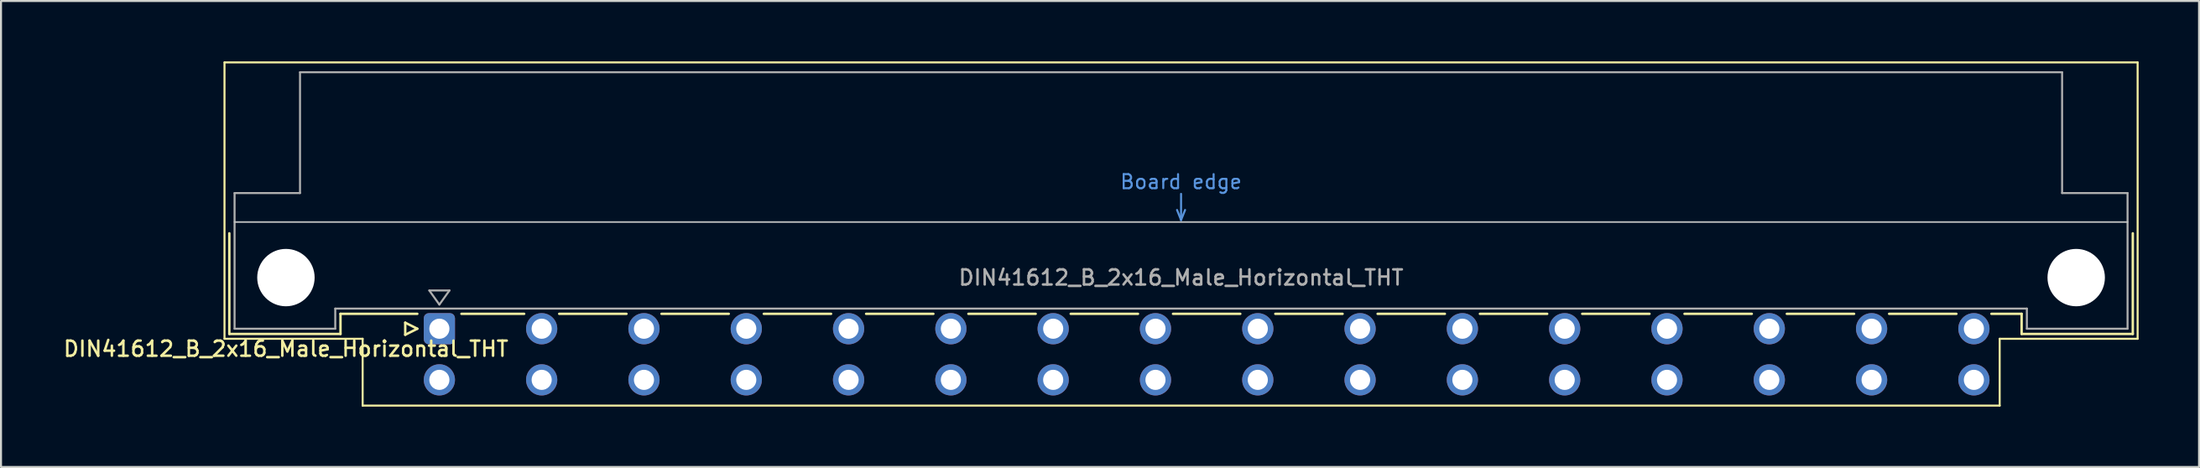
<source format=kicad_pcb>
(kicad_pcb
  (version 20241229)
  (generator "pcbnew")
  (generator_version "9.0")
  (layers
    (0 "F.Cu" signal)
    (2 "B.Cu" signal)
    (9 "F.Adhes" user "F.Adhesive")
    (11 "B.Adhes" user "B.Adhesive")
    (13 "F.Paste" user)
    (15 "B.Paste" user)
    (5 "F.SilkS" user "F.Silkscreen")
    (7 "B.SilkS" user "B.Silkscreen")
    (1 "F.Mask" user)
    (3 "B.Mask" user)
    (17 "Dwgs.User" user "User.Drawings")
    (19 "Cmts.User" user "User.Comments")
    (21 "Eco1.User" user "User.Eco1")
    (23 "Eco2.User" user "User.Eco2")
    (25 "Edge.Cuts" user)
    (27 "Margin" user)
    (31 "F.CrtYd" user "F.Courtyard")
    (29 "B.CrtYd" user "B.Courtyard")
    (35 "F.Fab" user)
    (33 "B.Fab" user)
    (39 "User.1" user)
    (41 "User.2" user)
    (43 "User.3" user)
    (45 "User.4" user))
  (footprint "DIN41612_B_2x16_Male_Horizontal_THT"
    (layer "F.Cu")
    (at 16.228 13.28)
    (property "Reference" "DIN41612_B_2x16_Male_Horizontal_THT" (at -5.08 1 0) (layer "F.SilkS") (effects (font (size 0.75 0.75) (thickness 0.125))))
    (attr through_hole)
    (fp_line (start -8.13 -13.23) (end -8.13 0.5) (stroke (width 0.1) (type solid)) (layer "F.SilkS"))
    (fp_line (start -8.13 0.5) (end -1.27 0.5) (stroke (width 0.1) (type solid)) (layer "F.SilkS"))
    (fp_line (start -7.89 -4.74) (end -7.89 0.26) (stroke (width 0.12) (type solid)) (layer "F.SilkS"))
    (fp_line (start -7.89 0.26) (end -2.37 0.26) (stroke (width 0.12) (type solid)) (layer "F.SilkS"))
    (fp_line (start -2.371 -0.74) (end 1.445 -0.74) (stroke (width 0.12) (type solid)) (layer "F.SilkS"))
    (fp_line (start -2.37 0.26) (end -2.37 -0.74) (stroke (width 0.12) (type solid)) (layer "F.SilkS"))
    (fp_line (start -1.27 0.5) (end -1.27 3.82) (stroke (width 0.1) (type solid)) (layer "F.SilkS"))
    (fp_line (start -1.27 3.82) (end 80.02 3.82) (stroke (width 0.1) (type solid)) (layer "F.SilkS"))
    (fp_line (start 0.845 -0.3) (end 0.845 0.3) (stroke (width 0.12) (type solid)) (layer "F.SilkS"))
    (fp_line (start 0.845 0.3) (end 1.445 0) (stroke (width 0.12) (type solid)) (layer "F.SilkS"))
    (fp_line (start 1.445 0) (end 0.845 -0.3) (stroke (width 0.12) (type solid)) (layer "F.SilkS"))
    (fp_line (start 3.635 -0.74) (end 6.751 -0.74) (stroke (width 0.12) (type solid)) (layer "F.SilkS"))
    (fp_line (start 8.49 -0.74) (end 11.831 -0.74) (stroke (width 0.12) (type solid)) (layer "F.SilkS"))
    (fp_line (start 13.57 -0.74) (end 16.911 -0.74) (stroke (width 0.12) (type solid)) (layer "F.SilkS"))
    (fp_line (start 18.65 -0.74) (end 21.991 -0.74) (stroke (width 0.12) (type solid)) (layer "F.SilkS"))
    (fp_line (start 23.73 -0.74) (end 27.071 -0.74) (stroke (width 0.12) (type solid)) (layer "F.SilkS"))
    (fp_line (start 28.81 -0.74) (end 32.151 -0.74) (stroke (width 0.12) (type solid)) (layer "F.SilkS"))
    (fp_line (start 33.89 -0.74) (end 37.231 -0.74) (stroke (width 0.12) (type solid)) (layer "F.SilkS"))
    (fp_line (start 38.97 -0.74) (end 42.311 -0.74) (stroke (width 0.12) (type solid)) (layer "F.SilkS"))
    (fp_line (start 44.05 -0.74) (end 47.391 -0.74) (stroke (width 0.12) (type solid)) (layer "F.SilkS"))
    (fp_line (start 49.13 -0.74) (end 52.471 -0.74) (stroke (width 0.12) (type solid)) (layer "F.SilkS"))
    (fp_line (start 54.21 -0.74) (end 57.551 -0.74) (stroke (width 0.12) (type solid)) (layer "F.SilkS"))
    (fp_line (start 59.29 -0.74) (end 62.631 -0.74) (stroke (width 0.12) (type solid)) (layer "F.SilkS"))
    (fp_line (start 64.37 -0.74) (end 67.711 -0.74) (stroke (width 0.12) (type solid)) (layer "F.SilkS"))
    (fp_line (start 69.45 -0.74) (end 72.791 -0.74) (stroke (width 0.12) (type solid)) (layer "F.SilkS"))
    (fp_line (start 74.53 -0.74) (end 77.871 -0.74) (stroke (width 0.12) (type solid)) (layer "F.SilkS"))
    (fp_line (start 79.61 -0.74) (end 81.11 -0.74) (stroke (width 0.12) (type solid)) (layer "F.SilkS"))
    (fp_line (start 80.02 0.5) (end 86.87 0.5) (stroke (width 0.1) (type solid)) (layer "F.SilkS"))
    (fp_line (start 80.02 3.82) (end 80.02 0.5) (stroke (width 0.1) (type solid)) (layer "F.SilkS"))
    (fp_line (start 81.11 0.26) (end 81.11 -0.74) (stroke (width 0.12) (type solid)) (layer "F.SilkS"))
    (fp_line (start 86.63 -4.74) (end 86.63 0.26) (stroke (width 0.12) (type solid)) (layer "F.SilkS"))
    (fp_line (start 86.63 0.26) (end 81.11 0.26) (stroke (width 0.12) (type solid)) (layer "F.SilkS"))
    (fp_line (start 86.87 -13.23) (end -8.13 -13.23) (stroke (width 0.1) (type solid)) (layer "F.SilkS"))
    (fp_line (start 86.87 0.5) (end 86.87 -13.23) (stroke (width 0.1) (type solid)) (layer "F.SilkS"))
    (fp_line (start -7.63 -5.3) (end 86.37 -5.3) (stroke (width 0.08) (type solid)) (layer "Dwgs.User"))
    (fp_line (start 39.17 -5.9) (end 39.37 -5.4) (stroke (width 0.1) (type solid)) (layer "Cmts.User"))
    (fp_line (start 39.37 -5.4) (end 39.37 -6.7) (stroke (width 0.1) (type solid)) (layer "Cmts.User"))
    (fp_line (start 39.37 -5.4) (end 39.57 -5.9) (stroke (width 0.1) (type solid)) (layer "Cmts.User"))
    (fp_line (start -7.63 -6.74) (end -7.63 0) (stroke (width 0.1) (type solid)) (layer "F.Fab"))
    (fp_line (start -7.63 0) (end -2.63 0) (stroke (width 0.1) (type solid)) (layer "F.Fab"))
    (fp_line (start -4.38 -12.74) (end -4.38 -6.74) (stroke (width 0.1) (type solid)) (layer "F.Fab"))
    (fp_line (start -4.38 -6.74) (end -7.63 -6.74) (stroke (width 0.1) (type solid)) (layer "F.Fab"))
    (fp_line (start -2.63 -1) (end 81.37 -1) (stroke (width 0.1) (type solid)) (layer "F.Fab"))
    (fp_line (start -2.63 0) (end -2.63 -1) (stroke (width 0.1) (type solid)) (layer "F.Fab"))
    (fp_line (start 2.04 -1.9) (end 3.04 -1.9) (stroke (width 0.1) (type solid)) (layer "F.Fab"))
    (fp_line (start 2.54 -1.2) (end 2.04 -1.9) (stroke (width 0.1) (type solid)) (layer "F.Fab"))
    (fp_line (start 3.04 -1.9) (end 2.54 -1.2) (stroke (width 0.1) (type solid)) (layer "F.Fab"))
    (fp_line (start 81.37 -1) (end 81.37 0) (stroke (width 0.1) (type solid)) (layer "F.Fab"))
    (fp_line (start 81.37 0) (end 86.37 0) (stroke (width 0.1) (type solid)) (layer "F.Fab"))
    (fp_line (start 83.12 -12.74) (end -4.38 -12.74) (stroke (width 0.1) (type solid)) (layer "F.Fab"))
    (fp_line (start 83.12 -6.74) (end 83.12 -12.74) (stroke (width 0.1) (type solid)) (layer "F.Fab"))
    (fp_line (start 86.37 -6.74) (end 83.12 -6.74) (stroke (width 0.1) (type solid)) (layer "F.Fab"))
    (fp_line (start 86.37 0) (end 86.37 -6.74) (stroke (width 0.1) (type solid)) (layer "F.Fab"))
    (fp_text user "Board edge" (at 39.37 -7.3 0) (layer "Cmts.User") (effects (font (size 0.7 0.7) (thickness 0.1))))
    (fp_text user "${REFERENCE}" (at 39.37 -2.54 0) (layer "F.Fab") (effects (font (size 0.75 0.75) (thickness 0.125))))
    (pad "" np_thru_hole circle (at -5.08 -2.54) (size 2.85 2.85) (drill 2.85) (layers "*.Cu" "*.Mask"))
    (pad "" np_thru_hole circle (at 83.82 -2.54) (size 2.85 2.85) (drill 2.85) (layers "*.Cu" "*.Mask"))
    (pad "a2" thru_hole roundrect (at 2.54 0) (size 1.55 1.55) (drill 1) (layers "*.Cu" "*.Mask") (roundrect_rratio 0.161))
    (pad "a4" thru_hole circle (at 7.62 0) (size 1.55 1.55) (drill 1) (layers "*.Cu" "*.Mask"))
    (pad "a6" thru_hole circle (at 12.7 0) (size 1.55 1.55) (drill 1) (layers "*.Cu" "*.Mask"))
    (pad "a8" thru_hole circle (at 17.78 0) (size 1.55 1.55) (drill 1) (layers "*.Cu" "*.Mask"))
    (pad "a10" thru_hole circle (at 22.86 0) (size 1.55 1.55) (drill 1) (layers "*.Cu" "*.Mask"))
    (pad "a12" thru_hole circle (at 27.94 0) (size 1.55 1.55) (drill 1) (layers "*.Cu" "*.Mask"))
    (pad "a14" thru_hole circle (at 33.02 0) (size 1.55 1.55) (drill 1) (layers "*.Cu" "*.Mask"))
    (pad "a16" thru_hole circle (at 38.1 0) (size 1.55 1.55) (drill 1) (layers "*.Cu" "*.Mask"))
    (pad "a18" thru_hole circle (at 43.18 0) (size 1.55 1.55) (drill 1) (layers "*.Cu" "*.Mask"))
    (pad "a20" thru_hole circle (at 48.26 0) (size 1.55 1.55) (drill 1) (layers "*.Cu" "*.Mask"))
    (pad "a22" thru_hole circle (at 53.34 0) (size 1.55 1.55) (drill 1) (layers "*.Cu" "*.Mask"))
    (pad "a24" thru_hole circle (at 58.42 0) (size 1.55 1.55) (drill 1) (layers "*.Cu" "*.Mask"))
    (pad "a26" thru_hole circle (at 63.5 0) (size 1.55 1.55) (drill 1) (layers "*.Cu" "*.Mask"))
    (pad "a28" thru_hole circle (at 68.58 0) (size 1.55 1.55) (drill 1) (layers "*.Cu" "*.Mask"))
    (pad "a30" thru_hole circle (at 73.66 0) (size 1.55 1.55) (drill 1) (layers "*.Cu" "*.Mask"))
    (pad "a32" thru_hole circle (at 78.74 0) (size 1.55 1.55) (drill 1) (layers "*.Cu" "*.Mask"))
    (pad "b2" thru_hole circle (at 2.54 2.54) (size 1.55 1.55) (drill 1) (layers "*.Cu" "*.Mask"))
    (pad "b4" thru_hole circle (at 7.62 2.54) (size 1.55 1.55) (drill 1) (layers "*.Cu" "*.Mask"))
    (pad "b6" thru_hole circle (at 12.7 2.54) (size 1.55 1.55) (drill 1) (layers "*.Cu" "*.Mask"))
    (pad "b8" thru_hole circle (at 17.78 2.54) (size 1.55 1.55) (drill 1) (layers "*.Cu" "*.Mask"))
    (pad "b10" thru_hole circle (at 22.86 2.54) (size 1.55 1.55) (drill 1) (layers "*.Cu" "*.Mask"))
    (pad "b12" thru_hole circle (at 27.94 2.54) (size 1.55 1.55) (drill 1) (layers "*.Cu" "*.Mask"))
    (pad "b14" thru_hole circle (at 33.02 2.54) (size 1.55 1.55) (drill 1) (layers "*.Cu" "*.Mask"))
    (pad "b16" thru_hole circle (at 38.1 2.54) (size 1.55 1.55) (drill 1) (layers "*.Cu" "*.Mask"))
    (pad "b18" thru_hole circle (at 43.18 2.54) (size 1.55 1.55) (drill 1) (layers "*.Cu" "*.Mask"))
    (pad "b20" thru_hole circle (at 48.26 2.54) (size 1.55 1.55) (drill 1) (layers "*.Cu" "*.Mask"))
    (pad "b22" thru_hole circle (at 53.34 2.54) (size 1.55 1.55) (drill 1) (layers "*.Cu" "*.Mask"))
    (pad "b24" thru_hole circle (at 58.42 2.54) (size 1.55 1.55) (drill 1) (layers "*.Cu" "*.Mask"))
    (pad "b26" thru_hole circle (at 63.5 2.54) (size 1.55 1.55) (drill 1) (layers "*.Cu" "*.Mask"))
    (pad "b28" thru_hole circle (at 68.58 2.54) (size 1.55 1.55) (drill 1) (layers "*.Cu" "*.Mask"))
    (pad "b30" thru_hole circle (at 73.66 2.54) (size 1.55 1.55) (drill 1) (layers "*.Cu" "*.Mask"))
    (pad "b32" thru_hole circle (at 78.74 2.54) (size 1.55 1.55) (drill 1) (layers "*.Cu" "*.Mask")))
  (gr_rect
    (start -3 -3)
    (end 106.148 20.15)
    (stroke (width 0.1) (type default))
    (fill no)
    (layer "Edge.Cuts")))
</source>
